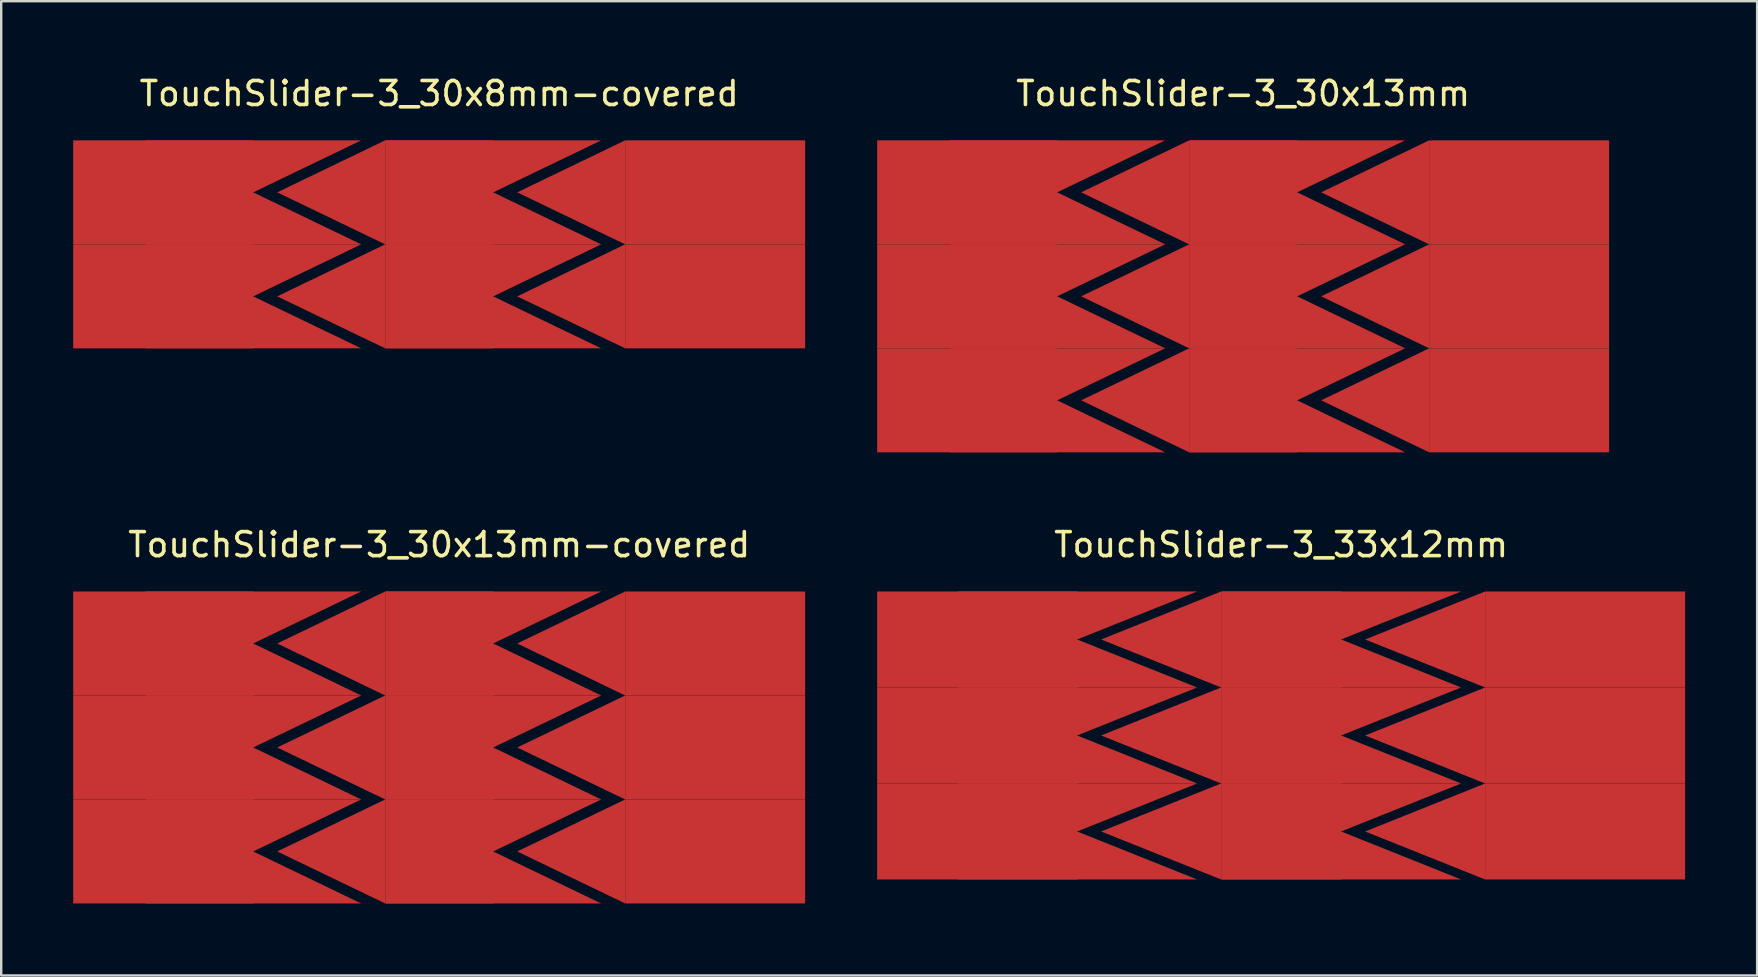
<source format=kicad_pcb>
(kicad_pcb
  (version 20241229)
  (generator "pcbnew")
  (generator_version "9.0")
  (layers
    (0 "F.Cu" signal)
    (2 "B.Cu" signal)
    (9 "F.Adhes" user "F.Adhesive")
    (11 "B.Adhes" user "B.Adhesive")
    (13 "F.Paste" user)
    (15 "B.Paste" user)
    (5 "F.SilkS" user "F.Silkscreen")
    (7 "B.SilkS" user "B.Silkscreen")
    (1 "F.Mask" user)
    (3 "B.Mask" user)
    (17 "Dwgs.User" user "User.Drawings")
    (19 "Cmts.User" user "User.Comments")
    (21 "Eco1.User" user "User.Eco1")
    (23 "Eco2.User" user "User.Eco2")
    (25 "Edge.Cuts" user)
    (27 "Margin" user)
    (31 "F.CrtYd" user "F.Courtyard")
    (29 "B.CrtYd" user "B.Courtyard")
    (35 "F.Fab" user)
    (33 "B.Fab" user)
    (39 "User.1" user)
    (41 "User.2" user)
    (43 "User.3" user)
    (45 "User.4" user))
  (footprint "TouchSlider-3_30x8mm-covered"
    (layer "F.Cu")
    (at 15.25 7.132)
    (property "Reference" "TouchSlider-3_30x8mm-covered" (at 0 -6.283 0) (layer "F.SilkS") (effects (font (size 1 1) (thickness 0.15))))
    (attr through_hole)
    (pad "1" smd rect (at -11.5 -2.167) (size 7.5 4.333) (layers "F.Cu"))
    (pad "1" smd rect (at -11.5 2.167) (size 7.5 4.333) (layers "F.Cu"))
    (pad "1" smd trapezoid (at -7.75 -3.25) (size 4.5 2.167) (rect_delta 0 -4.5) (layers "F.Cu"))
    (pad "1" smd trapezoid (at -7.75 -1.083) (size 4.5 2.167) (rect_delta 0 4.5) (layers "F.Cu"))
    (pad "1" smd trapezoid (at -7.75 1.083) (size 4.5 2.167) (rect_delta 0 -4.5) (layers "F.Cu"))
    (pad "1" smd trapezoid (at -7.75 3.25) (size 4.5 2.167) (rect_delta 0 4.5) (layers "F.Cu"))
    (pad "2" smd trapezoid (at -4.5 -2.167) (size 4.5 2.167) (rect_delta -2.167 0) (layers "F.Cu"))
    (pad "2" smd trapezoid (at -4.5 2.167) (size 4.5 2.167) (rect_delta -2.167 0) (layers "F.Cu"))
    (pad "2" smd rect (at 0 -2.167) (size 4.5 4.333) (layers "F.Cu"))
    (pad "2" smd rect (at 0 2.167) (size 4.5 4.333) (layers "F.Cu"))
    (pad "2" smd trapezoid (at 2.25 -3.25) (size 4.5 2.167) (rect_delta 0 -4.5) (layers "F.Cu"))
    (pad "2" smd trapezoid (at 2.25 -1.083) (size 4.5 2.167) (rect_delta 0 4.5) (layers "F.Cu"))
    (pad "2" smd trapezoid (at 2.25 1.083) (size 4.5 2.167) (rect_delta 0 -4.5) (layers "F.Cu"))
    (pad "2" smd trapezoid (at 2.25 3.25) (size 4.5 2.167) (rect_delta 0 4.5) (layers "F.Cu"))
    (pad "3" smd trapezoid (at 5.5 -2.167) (size 4.5 2.167) (rect_delta -2.167 0) (layers "F.Cu"))
    (pad "3" smd trapezoid (at 5.5 2.167) (size 4.5 2.167) (rect_delta -2.167 0) (layers "F.Cu"))
    (pad "3" smd rect (at 11.5 -2.167) (size 7.5 4.333) (layers "F.Cu"))
    (pad "3" smd rect (at 11.5 2.167) (size 7.5 4.333) (layers "F.Cu")))
  (footprint "TouchSlider-3_33x12mm"
    (layer "F.Cu")
    (at 50.333 27.596)
    (property "Reference" "TouchSlider-3_33x12mm" (at 0 -7.95 0) (layer "F.SilkS") (effects (font (size 1 1) (thickness 0.15))))
    (attr through_hole)
    (pad "1" smd rect (at -12.667 -4) (size 8.333 4) (layers "F.Cu" "F.Mask"))
    (pad "1" smd rect (at -12.667 0) (size 8.333 4) (layers "F.Cu" "F.Mask"))
    (pad "1" smd rect (at -12.667 4) (size 8.333 4) (layers "F.Cu" "F.Mask"))
    (pad "1" smd trapezoid (at -8.5 -5) (size 5 2) (rect_delta 0 -5) (layers "F.Cu" "F.Mask"))
    (pad "1" smd trapezoid (at -8.5 -3) (size 5 2) (rect_delta 0 5) (layers "F.Cu" "F.Mask"))
    (pad "1" smd trapezoid (at -8.5 -1) (size 5 2) (rect_delta 0 -5) (layers "F.Cu" "F.Mask"))
    (pad "1" smd trapezoid (at -8.5 1) (size 5 2) (rect_delta 0 5) (layers "F.Cu" "F.Mask"))
    (pad "1" smd trapezoid (at -8.5 3) (size 5 2) (rect_delta 0 -5) (layers "F.Cu" "F.Mask"))
    (pad "1" smd trapezoid (at -8.5 5) (size 5 2) (rect_delta 0 5) (layers "F.Cu" "F.Mask"))
    (pad "2" smd trapezoid (at -5 -4) (size 5 2) (rect_delta -2 0) (layers "F.Cu" "F.Mask"))
    (pad "2" smd trapezoid (at -5 0) (size 5 2) (rect_delta -2 0) (layers "F.Cu" "F.Mask"))
    (pad "2" smd trapezoid (at -5 4) (size 5 2) (rect_delta -2 0) (layers "F.Cu" "F.Mask"))
    (pad "2" smd rect (at 0 -4) (size 5 4) (layers "F.Cu" "F.Mask"))
    (pad "2" smd rect (at 0 0) (size 5 4) (layers "F.Cu" "F.Mask"))
    (pad "2" smd rect (at 0 4) (size 5 4) (layers "F.Cu" "F.Mask"))
    (pad "2" smd trapezoid (at 2.5 -5) (size 5 2) (rect_delta 0 -5) (layers "F.Cu" "F.Mask"))
    (pad "2" smd trapezoid (at 2.5 -3) (size 5 2) (rect_delta 0 5) (layers "F.Cu" "F.Mask"))
    (pad "2" smd trapezoid (at 2.5 -1) (size 5 2) (rect_delta 0 -5) (layers "F.Cu" "F.Mask"))
    (pad "2" smd trapezoid (at 2.5 1) (size 5 2) (rect_delta 0 5) (layers "F.Cu" "F.Mask"))
    (pad "2" smd trapezoid (at 2.5 3) (size 5 2) (rect_delta 0 -5) (layers "F.Cu" "F.Mask"))
    (pad "2" smd trapezoid (at 2.5 5) (size 5 2) (rect_delta 0 5) (layers "F.Cu" "F.Mask"))
    (pad "3" smd trapezoid (at 6 -4) (size 5 2) (rect_delta -2 0) (layers "F.Cu" "F.Mask"))
    (pad "3" smd trapezoid (at 6 0) (size 5 2) (rect_delta -2 0) (layers "F.Cu" "F.Mask"))
    (pad "3" smd trapezoid (at 6 4) (size 5 2) (rect_delta -2 0) (layers "F.Cu" "F.Mask"))
    (pad "3" smd rect (at 12.667 -4) (size 8.333 4) (layers "F.Cu" "F.Mask"))
    (pad "3" smd rect (at 12.667 0) (size 8.333 4) (layers "F.Cu" "F.Mask"))
    (pad "3" smd rect (at 12.667 4) (size 8.333 4) (layers "F.Cu" "F.Mask")))
  (footprint "TouchSlider-3_30x13mm-covered"
    (layer "F.Cu")
    (at 15.25 28.096)
    (property "Reference" "TouchSlider-3_30x13mm-covered" (at 0 -8.45 0) (layer "F.SilkS") (effects (font (size 1 1) (thickness 0.15))))
    (attr through_hole)
    (pad "1" smd rect (at -11.5 -4.333) (size 7.5 4.333) (layers "F.Cu"))
    (pad "1" smd rect (at -11.5 0) (size 7.5 4.333) (layers "F.Cu"))
    (pad "1" smd rect (at -11.5 4.333) (size 7.5 4.333) (layers "F.Cu"))
    (pad "1" smd trapezoid (at -7.75 -5.417) (size 4.5 2.167) (rect_delta 0 -4.5) (layers "F.Cu"))
    (pad "1" smd trapezoid (at -7.75 -3.25) (size 4.5 2.167) (rect_delta 0 4.5) (layers "F.Cu"))
    (pad "1" smd trapezoid (at -7.75 -1.083) (size 4.5 2.167) (rect_delta 0 -4.5) (layers "F.Cu"))
    (pad "1" smd trapezoid (at -7.75 1.083) (size 4.5 2.167) (rect_delta 0 4.5) (layers "F.Cu"))
    (pad "1" smd trapezoid (at -7.75 3.25) (size 4.5 2.167) (rect_delta 0 -4.5) (layers "F.Cu"))
    (pad "1" smd trapezoid (at -7.75 5.417) (size 4.5 2.167) (rect_delta 0 4.5) (layers "F.Cu"))
    (pad "2" smd trapezoid (at -4.5 -4.333) (size 4.5 2.167) (rect_delta -2.167 0) (layers "F.Cu"))
    (pad "2" smd trapezoid (at -4.5 0) (size 4.5 2.167) (rect_delta -2.167 0) (layers "F.Cu"))
    (pad "2" smd trapezoid (at -4.5 4.333) (size 4.5 2.167) (rect_delta -2.167 0) (layers "F.Cu"))
    (pad "2" smd rect (at 0 -4.333) (size 4.5 4.333) (layers "F.Cu"))
    (pad "2" smd rect (at 0 0) (size 4.5 4.333) (layers "F.Cu"))
    (pad "2" smd rect (at 0 4.333) (size 4.5 4.333) (layers "F.Cu"))
    (pad "2" smd trapezoid (at 2.25 -5.417) (size 4.5 2.167) (rect_delta 0 -4.5) (layers "F.Cu"))
    (pad "2" smd trapezoid (at 2.25 -3.25) (size 4.5 2.167) (rect_delta 0 4.5) (layers "F.Cu"))
    (pad "2" smd trapezoid (at 2.25 -1.083) (size 4.5 2.167) (rect_delta 0 -4.5) (layers "F.Cu"))
    (pad "2" smd trapezoid (at 2.25 1.083) (size 4.5 2.167) (rect_delta 0 4.5) (layers "F.Cu"))
    (pad "2" smd trapezoid (at 2.25 3.25) (size 4.5 2.167) (rect_delta 0 -4.5) (layers "F.Cu"))
    (pad "2" smd trapezoid (at 2.25 5.417) (size 4.5 2.167) (rect_delta 0 4.5) (layers "F.Cu"))
    (pad "3" smd trapezoid (at 5.5 -4.333) (size 4.5 2.167) (rect_delta -2.167 0) (layers "F.Cu"))
    (pad "3" smd trapezoid (at 5.5 0) (size 4.5 2.167) (rect_delta -2.167 0) (layers "F.Cu"))
    (pad "3" smd trapezoid (at 5.5 4.333) (size 4.5 2.167) (rect_delta -2.167 0) (layers "F.Cu"))
    (pad "3" smd rect (at 11.5 -4.333) (size 7.5 4.333) (layers "F.Cu"))
    (pad "3" smd rect (at 11.5 0) (size 7.5 4.333) (layers "F.Cu"))
    (pad "3" smd rect (at 11.5 4.333) (size 7.5 4.333) (layers "F.Cu")))
  (footprint "TouchSlider-3_30x13mm"
    (layer "F.Cu")
    (at 48.75 9.298)
    (property "Reference" "TouchSlider-3_30x13mm" (at 0 -8.45 0) (layer "F.SilkS") (effects (font (size 1 1) (thickness 0.15))))
    (attr through_hole)
    (pad "1" smd rect (at -11.5 -4.333) (size 7.5 4.333) (layers "F.Cu" "F.Mask"))
    (pad "1" smd rect (at -11.5 0) (size 7.5 4.333) (layers "F.Cu" "F.Mask"))
    (pad "1" smd rect (at -11.5 4.333) (size 7.5 4.333) (layers "F.Cu" "F.Mask"))
    (pad "1" smd trapezoid (at -7.75 -5.417) (size 4.5 2.167) (rect_delta 0 -4.5) (layers "F.Cu" "F.Mask"))
    (pad "1" smd trapezoid (at -7.75 -3.25) (size 4.5 2.167) (rect_delta 0 4.5) (layers "F.Cu" "F.Mask"))
    (pad "1" smd trapezoid (at -7.75 -1.083) (size 4.5 2.167) (rect_delta 0 -4.5) (layers "F.Cu" "F.Mask"))
    (pad "1" smd trapezoid (at -7.75 1.083) (size 4.5 2.167) (rect_delta 0 4.5) (layers "F.Cu" "F.Mask"))
    (pad "1" smd trapezoid (at -7.75 3.25) (size 4.5 2.167) (rect_delta 0 -4.5) (layers "F.Cu" "F.Mask"))
    (pad "1" smd trapezoid (at -7.75 5.417) (size 4.5 2.167) (rect_delta 0 4.5) (layers "F.Cu" "F.Mask"))
    (pad "2" smd trapezoid (at -4.5 -4.333) (size 4.5 2.167) (rect_delta -2.167 0) (layers "F.Cu" "F.Mask"))
    (pad "2" smd trapezoid (at -4.5 0) (size 4.5 2.167) (rect_delta -2.167 0) (layers "F.Cu" "F.Mask"))
    (pad "2" smd trapezoid (at -4.5 4.333) (size 4.5 2.167) (rect_delta -2.167 0) (layers "F.Cu" "F.Mask"))
    (pad "2" smd rect (at 0 -4.333) (size 4.5 4.333) (layers "F.Cu" "F.Mask"))
    (pad "2" smd rect (at 0 0) (size 4.5 4.333) (layers "F.Cu" "F.Mask"))
    (pad "2" smd rect (at 0 4.333) (size 4.5 4.333) (layers "F.Cu" "F.Mask"))
    (pad "2" smd trapezoid (at 2.25 -5.417) (size 4.5 2.167) (rect_delta 0 -4.5) (layers "F.Cu" "F.Mask"))
    (pad "2" smd trapezoid (at 2.25 -3.25) (size 4.5 2.167) (rect_delta 0 4.5) (layers "F.Cu" "F.Mask"))
    (pad "2" smd trapezoid (at 2.25 -1.083) (size 4.5 2.167) (rect_delta 0 -4.5) (layers "F.Cu" "F.Mask"))
    (pad "2" smd trapezoid (at 2.25 1.083) (size 4.5 2.167) (rect_delta 0 4.5) (layers "F.Cu" "F.Mask"))
    (pad "2" smd trapezoid (at 2.25 3.25) (size 4.5 2.167) (rect_delta 0 -4.5) (layers "F.Cu" "F.Mask"))
    (pad "2" smd trapezoid (at 2.25 5.417) (size 4.5 2.167) (rect_delta 0 4.5) (layers "F.Cu" "F.Mask"))
    (pad "3" smd trapezoid (at 5.5 -4.333) (size 4.5 2.167) (rect_delta -2.167 0) (layers "F.Cu" "F.Mask"))
    (pad "3" smd trapezoid (at 5.5 0) (size 4.5 2.167) (rect_delta -2.167 0) (layers "F.Cu" "F.Mask"))
    (pad "3" smd trapezoid (at 5.5 4.333) (size 4.5 2.167) (rect_delta -2.167 0) (layers "F.Cu" "F.Mask"))
    (pad "3" smd rect (at 11.5 -4.333) (size 7.5 4.333) (layers "F.Cu" "F.Mask"))
    (pad "3" smd rect (at 11.5 0) (size 7.5 4.333) (layers "F.Cu" "F.Mask"))
    (pad "3" smd rect (at 11.5 4.333) (size 7.5 4.333) (layers "F.Cu" "F.Mask")))
  (gr_rect
    (start -3 -3)
    (end 70.167 37.596)
    (stroke (width 0.1) (type default))
    (fill no)
    (layer "Edge.Cuts")))
</source>
